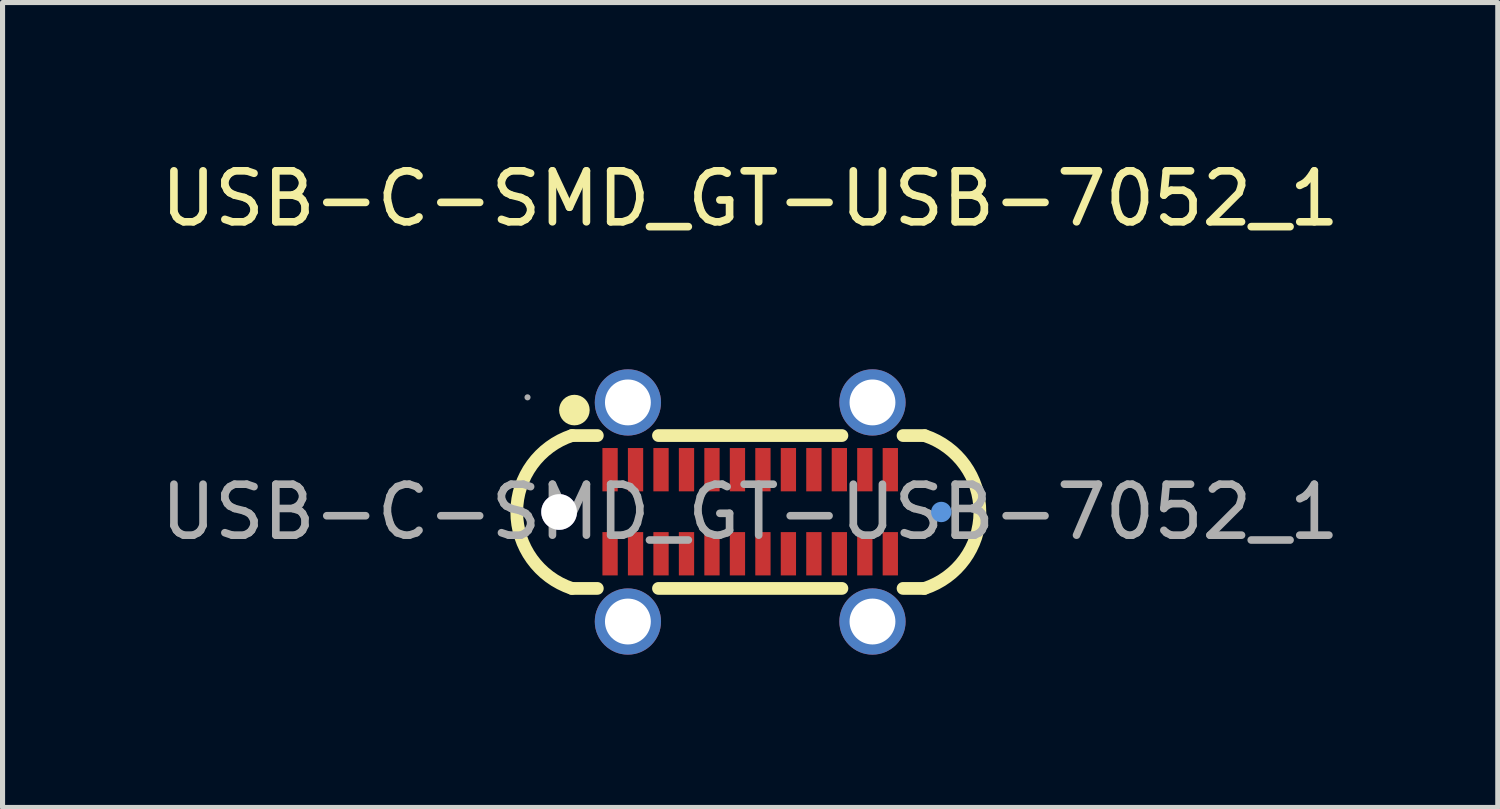
<source format=kicad_pcb>
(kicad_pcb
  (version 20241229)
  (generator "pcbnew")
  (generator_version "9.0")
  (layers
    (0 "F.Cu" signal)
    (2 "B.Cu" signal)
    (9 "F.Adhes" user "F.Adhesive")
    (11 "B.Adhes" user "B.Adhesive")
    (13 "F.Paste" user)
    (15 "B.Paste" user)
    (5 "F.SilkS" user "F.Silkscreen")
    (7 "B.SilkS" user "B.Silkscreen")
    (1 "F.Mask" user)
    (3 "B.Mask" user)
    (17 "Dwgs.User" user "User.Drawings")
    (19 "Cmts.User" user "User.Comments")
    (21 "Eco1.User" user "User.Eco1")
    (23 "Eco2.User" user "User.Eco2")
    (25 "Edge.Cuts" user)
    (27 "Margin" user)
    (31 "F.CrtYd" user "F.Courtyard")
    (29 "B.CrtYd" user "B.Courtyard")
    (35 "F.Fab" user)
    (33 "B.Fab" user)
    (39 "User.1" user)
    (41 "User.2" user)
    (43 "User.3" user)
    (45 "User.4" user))
  (footprint "USB-C-SMD_GT-USB-7052_1"
    (layer "F.Cu")
    (at 11.673 6.998)
    (property "Reference" "USB-C-SMD_GT-USB-7052_1" (at 0 -6.15 0) (layer "F.SilkS") (effects (font (size 1 1) (thickness 0.15))))
    (attr smd)
    (fp_line (start -3.5 -1.5) (end -3 -1.5) (stroke (width 0.25) (type solid)) (layer "F.SilkS"))
    (fp_line (start -3.5 1.5) (end -3 1.5) (stroke (width 0.25) (type solid)) (layer "F.SilkS"))
    (fp_line (start -1.8 -1.5) (end 1.8 -1.5) (stroke (width 0.25) (type solid)) (layer "F.SilkS"))
    (fp_line (start -1.8 1.5) (end 1.8 1.5) (stroke (width 0.25) (type solid)) (layer "F.SilkS"))
    (fp_line (start 3 -1.5) (end 3.42 -1.5) (stroke (width 0.25) (type solid)) (layer "F.SilkS"))
    (fp_line (start 3 1.5) (end 3.42 1.5) (stroke (width 0.25) (type solid)) (layer "F.SilkS"))
    (fp_arc (start -3.5 1.5) (mid -4.581135 -0.003448) (end -3.493453 -1.502166) (stroke (width 0.25) (type solid)) (layer "F.SilkS"))
    (fp_arc (start 3.431479 -1.496201) (mid 4.507993 0.006046) (end 3.42 1.5) (stroke (width 0.25) (type solid)) (layer "F.SilkS"))
    (fp_circle (center -3.45 -2) (end -3.3 -2) (stroke (width 0.3) (type solid)) (fill no) (layer "F.SilkS"))
    (fp_circle (center -3.75 0) (end -3.65 0) (stroke (width 0.2) (type solid)) (fill no) (layer "Cmts.User"))
    (fp_circle (center 3.75 0) (end 3.85 0) (stroke (width 0.2) (type solid)) (fill no) (layer "Cmts.User"))
    (fp_circle (center -4.37 -2.25) (end -4.34 -2.25) (stroke (width 0.06) (type solid)) (fill no) (layer "F.Fab"))
    (fp_text user "${REFERENCE}" (at 0 0 0) (layer "F.Fab") (effects (font (size 1 1) (thickness 0.15))))
    (pad "" thru_hole circle (at -3.75 0) (size 0.7 0.7) (drill 0.7) (layers "*.Cu" "*.Mask"))
    (pad "1" smd rect (at -2.75 -0.83) (size 0.3 0.85) (layers "F.Cu" "F.Mask" "F.Paste"))
    (pad "2" smd rect (at -2.25 -0.83) (size 0.3 0.85) (layers "F.Cu" "F.Mask" "F.Paste"))
    (pad "3" smd rect (at -1.75 -0.83) (size 0.3 0.85) (layers "F.Cu" "F.Mask" "F.Paste"))
    (pad "4" smd rect (at -1.25 -0.83) (size 0.3 0.85) (layers "F.Cu" "F.Mask" "F.Paste"))
    (pad "5" smd rect (at -0.75 -0.83) (size 0.3 0.85) (layers "F.Cu" "F.Mask" "F.Paste"))
    (pad "6" smd rect (at -0.25 -0.83) (size 0.3 0.85) (layers "F.Cu" "F.Mask" "F.Paste"))
    (pad "7" smd rect (at 0.25 -0.83) (size 0.3 0.85) (layers "F.Cu" "F.Mask" "F.Paste"))
    (pad "8" smd rect (at 0.75 -0.83) (size 0.3 0.85) (layers "F.Cu" "F.Mask" "F.Paste"))
    (pad "9" smd rect (at 1.25 -0.83) (size 0.3 0.85) (layers "F.Cu" "F.Mask" "F.Paste"))
    (pad "10" smd rect (at 1.75 -0.83) (size 0.3 0.85) (layers "F.Cu" "F.Mask" "F.Paste"))
    (pad "11" smd rect (at 2.25 -0.83) (size 0.3 0.85) (layers "F.Cu" "F.Mask" "F.Paste"))
    (pad "12" smd rect (at 2.75 -0.83) (size 0.3 0.85) (layers "F.Cu" "F.Mask" "F.Paste"))
    (pad "13" smd rect (at 2.75 0.82) (size 0.3 0.85) (layers "F.Cu" "F.Mask" "F.Paste"))
    (pad "14" smd rect (at 2.25 0.82) (size 0.3 0.85) (layers "F.Cu" "F.Mask" "F.Paste"))
    (pad "15" smd rect (at 1.75 0.82) (size 0.3 0.85) (layers "F.Cu" "F.Mask" "F.Paste"))
    (pad "16" smd rect (at 1.25 0.82) (size 0.3 0.85) (layers "F.Cu" "F.Mask" "F.Paste"))
    (pad "17" smd rect (at 0.75 0.82) (size 0.3 0.85) (layers "F.Cu" "F.Mask" "F.Paste"))
    (pad "18" smd rect (at 0.25 0.82) (size 0.3 0.85) (layers "F.Cu" "F.Mask" "F.Paste"))
    (pad "19" smd rect (at -0.25 0.82) (size 0.3 0.85) (layers "F.Cu" "F.Mask" "F.Paste"))
    (pad "20" smd rect (at -0.75 0.82) (size 0.3 0.85) (layers "F.Cu" "F.Mask" "F.Paste"))
    (pad "21" smd rect (at -1.25 0.82) (size 0.3 0.85) (layers "F.Cu" "F.Mask" "F.Paste"))
    (pad "22" smd rect (at -1.75 0.82) (size 0.3 0.85) (layers "F.Cu" "F.Mask" "F.Paste"))
    (pad "23" smd rect (at -2.25 0.82) (size 0.3 0.85) (layers "F.Cu" "F.Mask" "F.Paste"))
    (pad "24" smd rect (at -2.75 0.82) (size 0.3 0.85) (layers "F.Cu" "F.Mask" "F.Paste"))
    (pad "25" thru_hole circle (at 2.4 -2.15) (size 1.3 1.3) (drill 0.9) (layers "*.Cu" "*.Mask"))
    (pad "26" thru_hole circle (at 2.4 2.15) (size 1.3 1.3) (drill 0.9) (layers "*.Cu" "*.Mask"))
    (pad "27" thru_hole circle (at -2.4 2.15) (size 1.3 1.3) (drill 0.9) (layers "*.Cu" "*.Mask"))
    (pad "28" thru_hole circle (at -2.4 -2.15) (size 1.3 1.3) (drill 0.9) (layers "*.Cu" "*.Mask")))
  (gr_rect
    (start -3 -3)
    (end 26.345 12.798)
    (stroke (width 0.1) (type default))
    (fill no)
    (layer "Edge.Cuts")))
</source>
